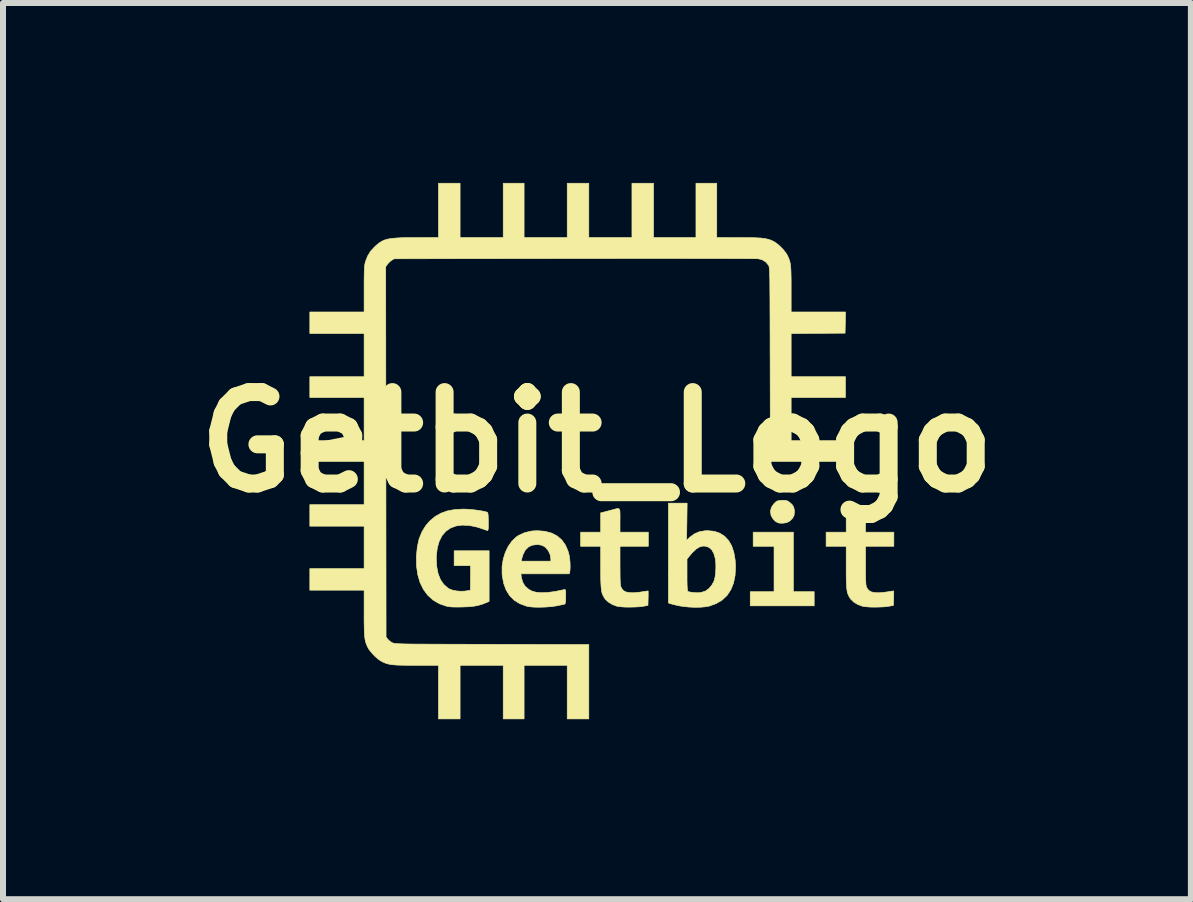
<source format=kicad_pcb>
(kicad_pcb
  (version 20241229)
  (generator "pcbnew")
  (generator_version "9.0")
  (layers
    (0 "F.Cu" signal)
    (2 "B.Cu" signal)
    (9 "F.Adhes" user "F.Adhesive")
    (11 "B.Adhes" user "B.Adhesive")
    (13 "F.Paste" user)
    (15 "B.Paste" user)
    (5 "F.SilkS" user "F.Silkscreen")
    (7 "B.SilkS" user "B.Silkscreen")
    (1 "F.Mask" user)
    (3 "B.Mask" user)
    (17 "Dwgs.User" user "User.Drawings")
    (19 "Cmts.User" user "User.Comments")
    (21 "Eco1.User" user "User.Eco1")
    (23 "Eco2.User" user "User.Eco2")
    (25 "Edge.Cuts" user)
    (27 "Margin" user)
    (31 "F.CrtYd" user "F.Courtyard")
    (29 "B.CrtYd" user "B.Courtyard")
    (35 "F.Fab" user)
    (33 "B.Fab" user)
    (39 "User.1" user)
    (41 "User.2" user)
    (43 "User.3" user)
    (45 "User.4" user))
  (footprint "Getbit_Logo"
    (layer "F.Cu")
    (at 6.902 4.321)
    (property "Reference" "Getbit_Logo" (at 0 0 0) (layer "F.SilkS") (effects (font (size 1.524 1.524) (thickness 0.3))))
    (attr through_hole)
    (fp_poly (pts (xy 3.274 2.493) (xy 3.621 2.493) (xy 3.621 2.729) (xy 2.555 2.729) (xy 2.555 2.493) (xy 2.952 2.493) (xy 2.952 1.736) (xy 2.604 1.736) (xy 2.604 1.501) (xy 3.274 1.501) (xy 3.274 2.493)) (stroke (width 0.01) (type solid)) (fill yes) (layer "F.SilkS"))
    (fp_poly (pts (xy 3.157 0.973) (xy 3.185 0.985) (xy 3.199 0.994) (xy 3.249 1.036) (xy 3.279 1.081) (xy 3.291 1.136) (xy 3.292 1.159) (xy 3.286 1.219) (xy 3.262 1.267) (xy 3.219 1.31) (xy 3.2 1.324) (xy 3.156 1.343) (xy 3.101 1.351) (xy 3.044 1.35) (xy 3.008 1.34) (xy 2.967 1.314) (xy 2.93 1.272) (xy 2.904 1.225) (xy 2.901 1.215) (xy 2.892 1.149) (xy 2.908 1.087) (xy 2.949 1.028) (xy 2.951 1.026) (xy 2.979 0.998) (xy 3.003 0.982) (xy 3.033 0.974) (xy 3.077 0.97) (xy 3.125 0.969) (xy 3.157 0.973)) (stroke (width 0.01) (type solid)) (fill yes) (layer "F.SilkS"))
    (fp_poly (pts (xy 0.361 1.108) (xy 0.375 1.119) (xy 0.382 1.144) (xy 0.384 1.187) (xy 0.385 1.249) (xy 0.384 1.302) (xy 0.384 1.501) (xy 0.856 1.501) (xy 0.856 1.736) (xy 0.384 1.736) (xy 0.384 2.06) (xy 0.385 2.161) (xy 0.385 2.241) (xy 0.387 2.302) (xy 0.389 2.348) (xy 0.392 2.381) (xy 0.397 2.405) (xy 0.403 2.423) (xy 0.405 2.426) (xy 0.433 2.467) (xy 0.474 2.494) (xy 0.531 2.508) (xy 0.605 2.511) (xy 0.699 2.503) (xy 0.719 2.5) (xy 0.772 2.492) (xy 0.816 2.485) (xy 0.844 2.481) (xy 0.852 2.48) (xy 0.854 2.492) (xy 0.854 2.523) (xy 0.854 2.568) (xy 0.853 2.601) (xy 0.85 2.722) (xy 0.769 2.736) (xy 0.711 2.744) (xy 0.64 2.748) (xy 0.562 2.75) (xy 0.485 2.75) (xy 0.415 2.746) (xy 0.359 2.74) (xy 0.332 2.735) (xy 0.257 2.707) (xy 0.191 2.667) (xy 0.14 2.62) (xy 0.129 2.605) (xy 0.111 2.575) (xy 0.096 2.546) (xy 0.084 2.514) (xy 0.076 2.476) (xy 0.07 2.429) (xy 0.066 2.369) (xy 0.063 2.295) (xy 0.062 2.201) (xy 0.062 2.088) (xy 0.062 1.736) (xy -0.273 1.736) (xy -0.273 1.501) (xy 0.062 1.501) (xy 0.062 1.179) (xy 0.115 1.166) (xy 0.154 1.155) (xy 0.206 1.142) (xy 0.257 1.128) (xy 0.304 1.115) (xy 0.338 1.107) (xy 0.361 1.108)) (stroke (width 0.01) (type solid)) (fill yes) (layer "F.SilkS"))
    (fp_poly (pts (xy 4.454 1.108) (xy 4.467 1.119) (xy 4.475 1.144) (xy 4.477 1.187) (xy 4.477 1.249) (xy 4.477 1.302) (xy 4.477 1.501) (xy 4.949 1.501) (xy 4.949 1.736) (xy 4.477 1.736) (xy 4.477 2.06) (xy 4.477 2.161) (xy 4.478 2.241) (xy 4.48 2.302) (xy 4.482 2.348) (xy 4.485 2.381) (xy 4.49 2.405) (xy 4.496 2.423) (xy 4.498 2.426) (xy 4.526 2.467) (xy 4.567 2.494) (xy 4.624 2.508) (xy 4.698 2.511) (xy 4.792 2.503) (xy 4.812 2.5) (xy 4.865 2.492) (xy 4.909 2.485) (xy 4.937 2.481) (xy 4.945 2.48) (xy 4.947 2.492) (xy 4.947 2.523) (xy 4.947 2.568) (xy 4.946 2.601) (xy 4.942 2.722) (xy 4.862 2.736) (xy 4.804 2.744) (xy 4.732 2.748) (xy 4.655 2.75) (xy 4.578 2.75) (xy 4.508 2.746) (xy 4.451 2.74) (xy 4.425 2.735) (xy 4.349 2.707) (xy 4.283 2.667) (xy 4.233 2.62) (xy 4.222 2.605) (xy 4.203 2.575) (xy 4.189 2.546) (xy 4.177 2.514) (xy 4.169 2.476) (xy 4.163 2.429) (xy 4.159 2.369) (xy 4.156 2.295) (xy 4.155 2.201) (xy 4.155 2.088) (xy 4.155 1.736) (xy 3.82 1.736) (xy 3.82 1.501) (xy 4.155 1.501) (xy 4.155 1.179) (xy 4.207 1.166) (xy 4.247 1.155) (xy 4.299 1.142) (xy 4.35 1.128) (xy 4.397 1.115) (xy 4.431 1.107) (xy 4.454 1.108)) (stroke (width 0.01) (type solid)) (fill yes) (layer "F.SilkS"))
    (fp_poly (pts (xy 1.499 1.325) (xy 1.494 1.634) (xy 1.554 1.58) (xy 1.629 1.526) (xy 1.712 1.492) (xy 1.807 1.477) (xy 1.848 1.476) (xy 1.955 1.486) (xy 2.048 1.518) (xy 2.128 1.569) (xy 2.194 1.64) (xy 2.246 1.73) (xy 2.282 1.839) (xy 2.304 1.967) (xy 2.31 2.084) (xy 2.302 2.226) (xy 2.275 2.353) (xy 2.23 2.463) (xy 2.168 2.556) (xy 2.087 2.632) (xy 1.988 2.691) (xy 1.872 2.733) (xy 1.867 2.734) (xy 1.803 2.745) (xy 1.721 2.752) (xy 1.629 2.753) (xy 1.534 2.749) (xy 1.443 2.74) (xy 1.368 2.728) (xy 1.314 2.716) (xy 1.266 2.704) (xy 1.231 2.695) (xy 1.222 2.692) (xy 1.191 2.68) (xy 1.191 1.948) (xy 1.501 1.948) (xy 1.501 2.214) (xy 1.501 2.316) (xy 1.503 2.394) (xy 1.506 2.448) (xy 1.511 2.479) (xy 1.514 2.487) (xy 1.541 2.497) (xy 1.584 2.504) (xy 1.634 2.509) (xy 1.683 2.511) (xy 1.711 2.509) (xy 1.758 2.499) (xy 1.804 2.484) (xy 1.812 2.48) (xy 1.867 2.44) (xy 1.915 2.383) (xy 1.951 2.317) (xy 1.954 2.308) (xy 1.968 2.252) (xy 1.977 2.181) (xy 1.982 2.103) (xy 1.981 2.026) (xy 1.975 1.958) (xy 1.973 1.944) (xy 1.949 1.859) (xy 1.915 1.797) (xy 1.869 1.755) (xy 1.812 1.735) (xy 1.77 1.732) (xy 1.715 1.745) (xy 1.656 1.78) (xy 1.592 1.84) (xy 1.563 1.873) (xy 1.501 1.948) (xy 1.191 1.948) (xy 1.191 1.017) (xy 1.503 1.017) (xy 1.499 1.325)) (stroke (width 0.01) (type solid)) (fill yes) (layer "F.SilkS"))
    (fp_poly (pts (xy -0.869 1.486) (xy -0.759 1.515) (xy -0.665 1.563) (xy -0.587 1.63) (xy -0.526 1.715) (xy -0.482 1.818) (xy -0.464 1.884) (xy -0.455 1.941) (xy -0.449 2.007) (xy -0.447 2.072) (xy -0.449 2.128) (xy -0.454 2.167) (xy -0.462 2.195) (xy -1.268 2.195) (xy -1.261 2.251) (xy -1.239 2.333) (xy -1.199 2.4) (xy -1.139 2.453) (xy -1.085 2.482) (xy -1.017 2.502) (xy -0.929 2.51) (xy -0.821 2.506) (xy -0.696 2.489) (xy -0.554 2.46) (xy -0.549 2.459) (xy -0.536 2.457) (xy -0.528 2.461) (xy -0.523 2.476) (xy -0.521 2.506) (xy -0.521 2.554) (xy -0.521 2.571) (xy -0.522 2.627) (xy -0.526 2.669) (xy -0.531 2.694) (xy -0.534 2.698) (xy -0.551 2.703) (xy -0.586 2.711) (xy -0.635 2.721) (xy -0.679 2.73) (xy -0.764 2.742) (xy -0.856 2.749) (xy -0.951 2.752) (xy -1.039 2.751) (xy -1.117 2.745) (xy -1.175 2.734) (xy -1.286 2.693) (xy -1.38 2.635) (xy -1.456 2.559) (xy -1.514 2.466) (xy -1.555 2.355) (xy -1.579 2.226) (xy -1.582 2.189) (xy -1.582 2.07) (xy -1.568 1.984) (xy -1.262 1.984) (xy -0.769 1.984) (xy -0.769 1.95) (xy -0.78 1.877) (xy -0.811 1.81) (xy -0.857 1.755) (xy -0.898 1.728) (xy -0.935 1.715) (xy -0.984 1.708) (xy -1.005 1.708) (xy -1.082 1.718) (xy -1.145 1.749) (xy -1.196 1.801) (xy -1.233 1.874) (xy -1.252 1.936) (xy -1.262 1.984) (xy -1.568 1.984) (xy -1.563 1.952) (xy -1.529 1.841) (xy -1.481 1.74) (xy -1.42 1.653) (xy -1.348 1.583) (xy -1.306 1.554) (xy -1.201 1.507) (xy -1.084 1.481) (xy -0.994 1.476) (xy -0.869 1.486)) (stroke (width 0.01) (type solid)) (fill yes) (layer "F.SilkS"))
    (fp_poly (pts (xy -2.168 1.118) (xy -2.098 1.123) (xy -2.025 1.131) (xy -1.956 1.141) (xy -1.896 1.151) (xy -1.849 1.162) (xy -1.823 1.172) (xy -1.818 1.187) (xy -1.814 1.222) (xy -1.812 1.273) (xy -1.811 1.329) (xy -1.811 1.392) (xy -1.812 1.434) (xy -1.815 1.459) (xy -1.82 1.471) (xy -1.827 1.473) (xy -1.832 1.472) (xy -1.854 1.464) (xy -1.892 1.451) (xy -1.937 1.435) (xy -1.941 1.434) (xy -1.999 1.416) (xy -2.066 1.401) (xy -2.129 1.39) (xy -2.247 1.383) (xy -2.352 1.398) (xy -2.444 1.433) (xy -2.521 1.487) (xy -2.584 1.561) (xy -2.631 1.654) (xy -2.662 1.764) (xy -2.677 1.892) (xy -2.679 1.943) (xy -2.671 2.077) (xy -2.648 2.193) (xy -2.61 2.291) (xy -2.556 2.37) (xy -2.488 2.43) (xy -2.457 2.449) (xy -2.405 2.468) (xy -2.338 2.481) (xy -2.267 2.486) (xy -2.201 2.483) (xy -2.186 2.481) (xy -2.147 2.474) (xy -2.12 2.469) (xy -2.112 2.468) (xy -2.111 2.456) (xy -2.11 2.424) (xy -2.109 2.375) (xy -2.109 2.313) (xy -2.108 2.263) (xy -2.108 2.059) (xy -2.381 2.059) (xy -2.381 1.811) (xy -1.798 1.811) (xy -1.798 2.655) (xy -1.845 2.675) (xy -1.914 2.702) (xy -1.979 2.721) (xy -2.047 2.734) (xy -2.124 2.743) (xy -2.218 2.747) (xy -2.245 2.748) (xy -2.334 2.749) (xy -2.404 2.748) (xy -2.458 2.744) (xy -2.501 2.737) (xy -2.51 2.734) (xy -2.629 2.693) (xy -2.733 2.632) (xy -2.821 2.552) (xy -2.893 2.455) (xy -2.949 2.341) (xy -2.987 2.212) (xy -3.008 2.067) (xy -3.011 1.908) (xy -3.01 1.899) (xy -2.995 1.747) (xy -2.965 1.612) (xy -2.917 1.494) (xy -2.853 1.39) (xy -2.791 1.318) (xy -2.702 1.242) (xy -2.602 1.185) (xy -2.491 1.145) (xy -2.364 1.123) (xy -2.231 1.116) (xy -2.168 1.118)) (stroke (width 0.01) (type solid)) (fill yes) (layer "F.SilkS"))
    (fp_poly (pts (xy -2.282 -3.411) (xy -1.563 -3.411) (xy -1.563 -4.316) (xy -1.215 -4.316) (xy -1.215 -3.411) (xy -0.496 -3.411) (xy -0.496 -4.316) (xy -0.136 -4.316) (xy -0.136 -3.411) (xy 0.583 -3.411) (xy 0.583 -4.316) (xy 0.943 -4.316) (xy 0.943 -3.411) (xy 1.65 -3.411) (xy 1.65 -4.316) (xy 1.997 -4.316) (xy 1.997 -3.411) (xy 2.366 -3.41) (xy 2.488 -3.41) (xy 2.589 -3.409) (xy 2.671 -3.406) (xy 2.738 -3.402) (xy 2.792 -3.395) (xy 2.838 -3.386) (xy 2.878 -3.375) (xy 2.916 -3.36) (xy 2.949 -3.344) (xy 2.996 -3.313) (xy 3.049 -3.268) (xy 3.101 -3.215) (xy 3.145 -3.161) (xy 3.172 -3.119) (xy 3.189 -3.083) (xy 3.203 -3.049) (xy 3.214 -3.014) (xy 3.223 -2.975) (xy 3.229 -2.927) (xy 3.233 -2.869) (xy 3.235 -2.797) (xy 3.237 -2.708) (xy 3.237 -2.598) (xy 3.237 -2.553) (xy 3.237 -2.17) (xy 4.143 -2.17) (xy 4.14 -1.994) (xy 4.136 -1.817) (xy 3.687 -1.814) (xy 3.237 -1.81) (xy 3.237 -1.091) (xy 4.142 -1.091) (xy 4.142 -0.744) (xy 3.237 -0.744) (xy 3.237 -0.025) (xy 4.142 -0.025) (xy 4.142 0.322) (xy 2.89 0.322) (xy 2.887 -1.293) (xy 2.886 -1.526) (xy 2.886 -1.735) (xy 2.885 -1.923) (xy 2.885 -2.089) (xy 2.884 -2.236) (xy 2.884 -2.364) (xy 2.883 -2.475) (xy 2.882 -2.571) (xy 2.882 -2.652) (xy 2.881 -2.719) (xy 2.879 -2.775) (xy 2.878 -2.82) (xy 2.876 -2.856) (xy 2.874 -2.884) (xy 2.872 -2.905) (xy 2.87 -2.921) (xy 2.867 -2.932) (xy 2.864 -2.941) (xy 2.86 -2.948) (xy 2.858 -2.952) (xy 2.812 -3.006) (xy 2.751 -3.042) (xy 2.688 -3.057) (xy 2.669 -3.058) (xy 2.628 -3.058) (xy 2.563 -3.059) (xy 2.477 -3.059) (xy 2.371 -3.06) (xy 2.245 -3.06) (xy 2.101 -3.061) (xy 1.94 -3.061) (xy 1.763 -3.061) (xy 1.571 -3.061) (xy 1.366 -3.062) (xy 1.147 -3.062) (xy 0.917 -3.062) (xy 0.676 -3.062) (xy 0.426 -3.062) (xy 0.168 -3.061) (xy -0.098 -3.061) (xy -0.37 -3.061) (xy -0.378 -3.061) (xy -3.38 -3.057) (xy -3.423 -3.032) (xy -3.46 -3.003) (xy -3.492 -2.968) (xy -3.494 -2.965) (xy -3.522 -2.923) (xy -3.519 0.162) (xy -3.516 3.248) (xy -3.49 3.283) (xy -3.462 3.311) (xy -3.425 3.337) (xy -3.416 3.342) (xy -3.409 3.346) (xy -3.4 3.349) (xy -3.389 3.352) (xy -3.375 3.355) (xy -3.356 3.357) (xy -3.331 3.359) (xy -3.298 3.361) (xy -3.256 3.362) (xy -3.205 3.364) (xy -3.142 3.365) (xy -3.066 3.366) (xy -2.977 3.367) (xy -2.872 3.367) (xy -2.751 3.368) (xy -2.612 3.368) (xy -2.454 3.369) (xy -2.275 3.369) (xy -2.075 3.37) (xy -1.852 3.37) (xy -1.752 3.371) (xy -0.136 3.374) (xy -0.136 4.614) (xy -0.496 4.614) (xy -0.496 3.721) (xy -1.215 3.721) (xy -1.215 4.614) (xy -1.563 4.614) (xy -1.563 3.721) (xy -2.282 3.721) (xy -2.282 4.614) (xy -2.642 4.614) (xy -2.642 3.721) (xy -3.017 3.721) (xy -3.138 3.72) (xy -3.237 3.719) (xy -3.318 3.717) (xy -3.383 3.713) (xy -3.436 3.707) (xy -3.481 3.698) (xy -3.519 3.687) (xy -3.554 3.673) (xy -3.59 3.655) (xy -3.599 3.65) (xy -3.651 3.615) (xy -3.707 3.565) (xy -3.759 3.509) (xy -3.802 3.454) (xy -3.818 3.426) (xy -3.835 3.391) (xy -3.849 3.356) (xy -3.86 3.319) (xy -3.868 3.277) (xy -3.874 3.225) (xy -3.878 3.162) (xy -3.88 3.084) (xy -3.882 2.988) (xy -3.882 2.871) (xy -3.882 2.85) (xy -3.882 2.468) (xy -4.787 2.468) (xy -4.787 2.108) (xy -3.882 2.108) (xy -3.882 1.401) (xy -4.787 1.401) (xy -4.787 1.042) (xy -3.882 1.042) (xy -3.882 0.322) (xy -4.787 0.322) (xy -4.787 -0.025) (xy -3.882 -0.025) (xy -3.882 -0.744) (xy -4.787 -0.744) (xy -4.787 -1.091) (xy -3.882 -1.091) (xy -3.882 -1.811) (xy -4.787 -1.811) (xy -4.787 -2.17) (xy -3.882 -2.17) (xy -3.882 -2.554) (xy -3.882 -2.664) (xy -3.881 -2.753) (xy -3.88 -2.823) (xy -3.878 -2.877) (xy -3.876 -2.919) (xy -3.872 -2.952) (xy -3.867 -2.979) (xy -3.861 -3.003) (xy -3.859 -3.012) (xy -3.822 -3.105) (xy -3.774 -3.183) (xy -3.707 -3.256) (xy -3.705 -3.258) (xy -3.664 -3.295) (xy -3.624 -3.326) (xy -3.582 -3.351) (xy -3.537 -3.371) (xy -3.484 -3.386) (xy -3.422 -3.396) (xy -3.346 -3.403) (xy -3.255 -3.408) (xy -3.144 -3.41) (xy -3.012 -3.41) (xy -3.011 -3.41) (xy -2.642 -3.411) (xy -2.642 -4.316) (xy -2.282 -4.316) (xy -2.282 -3.411)) (stroke (width 0.01) (type solid)) (fill yes) (layer "F.SilkS")))
  (gr_rect
    (start -3 -3)
    (end 16.803 11.94)
    (stroke (width 0.1) (type default))
    (fill no)
    (layer "Edge.Cuts")))
</source>
